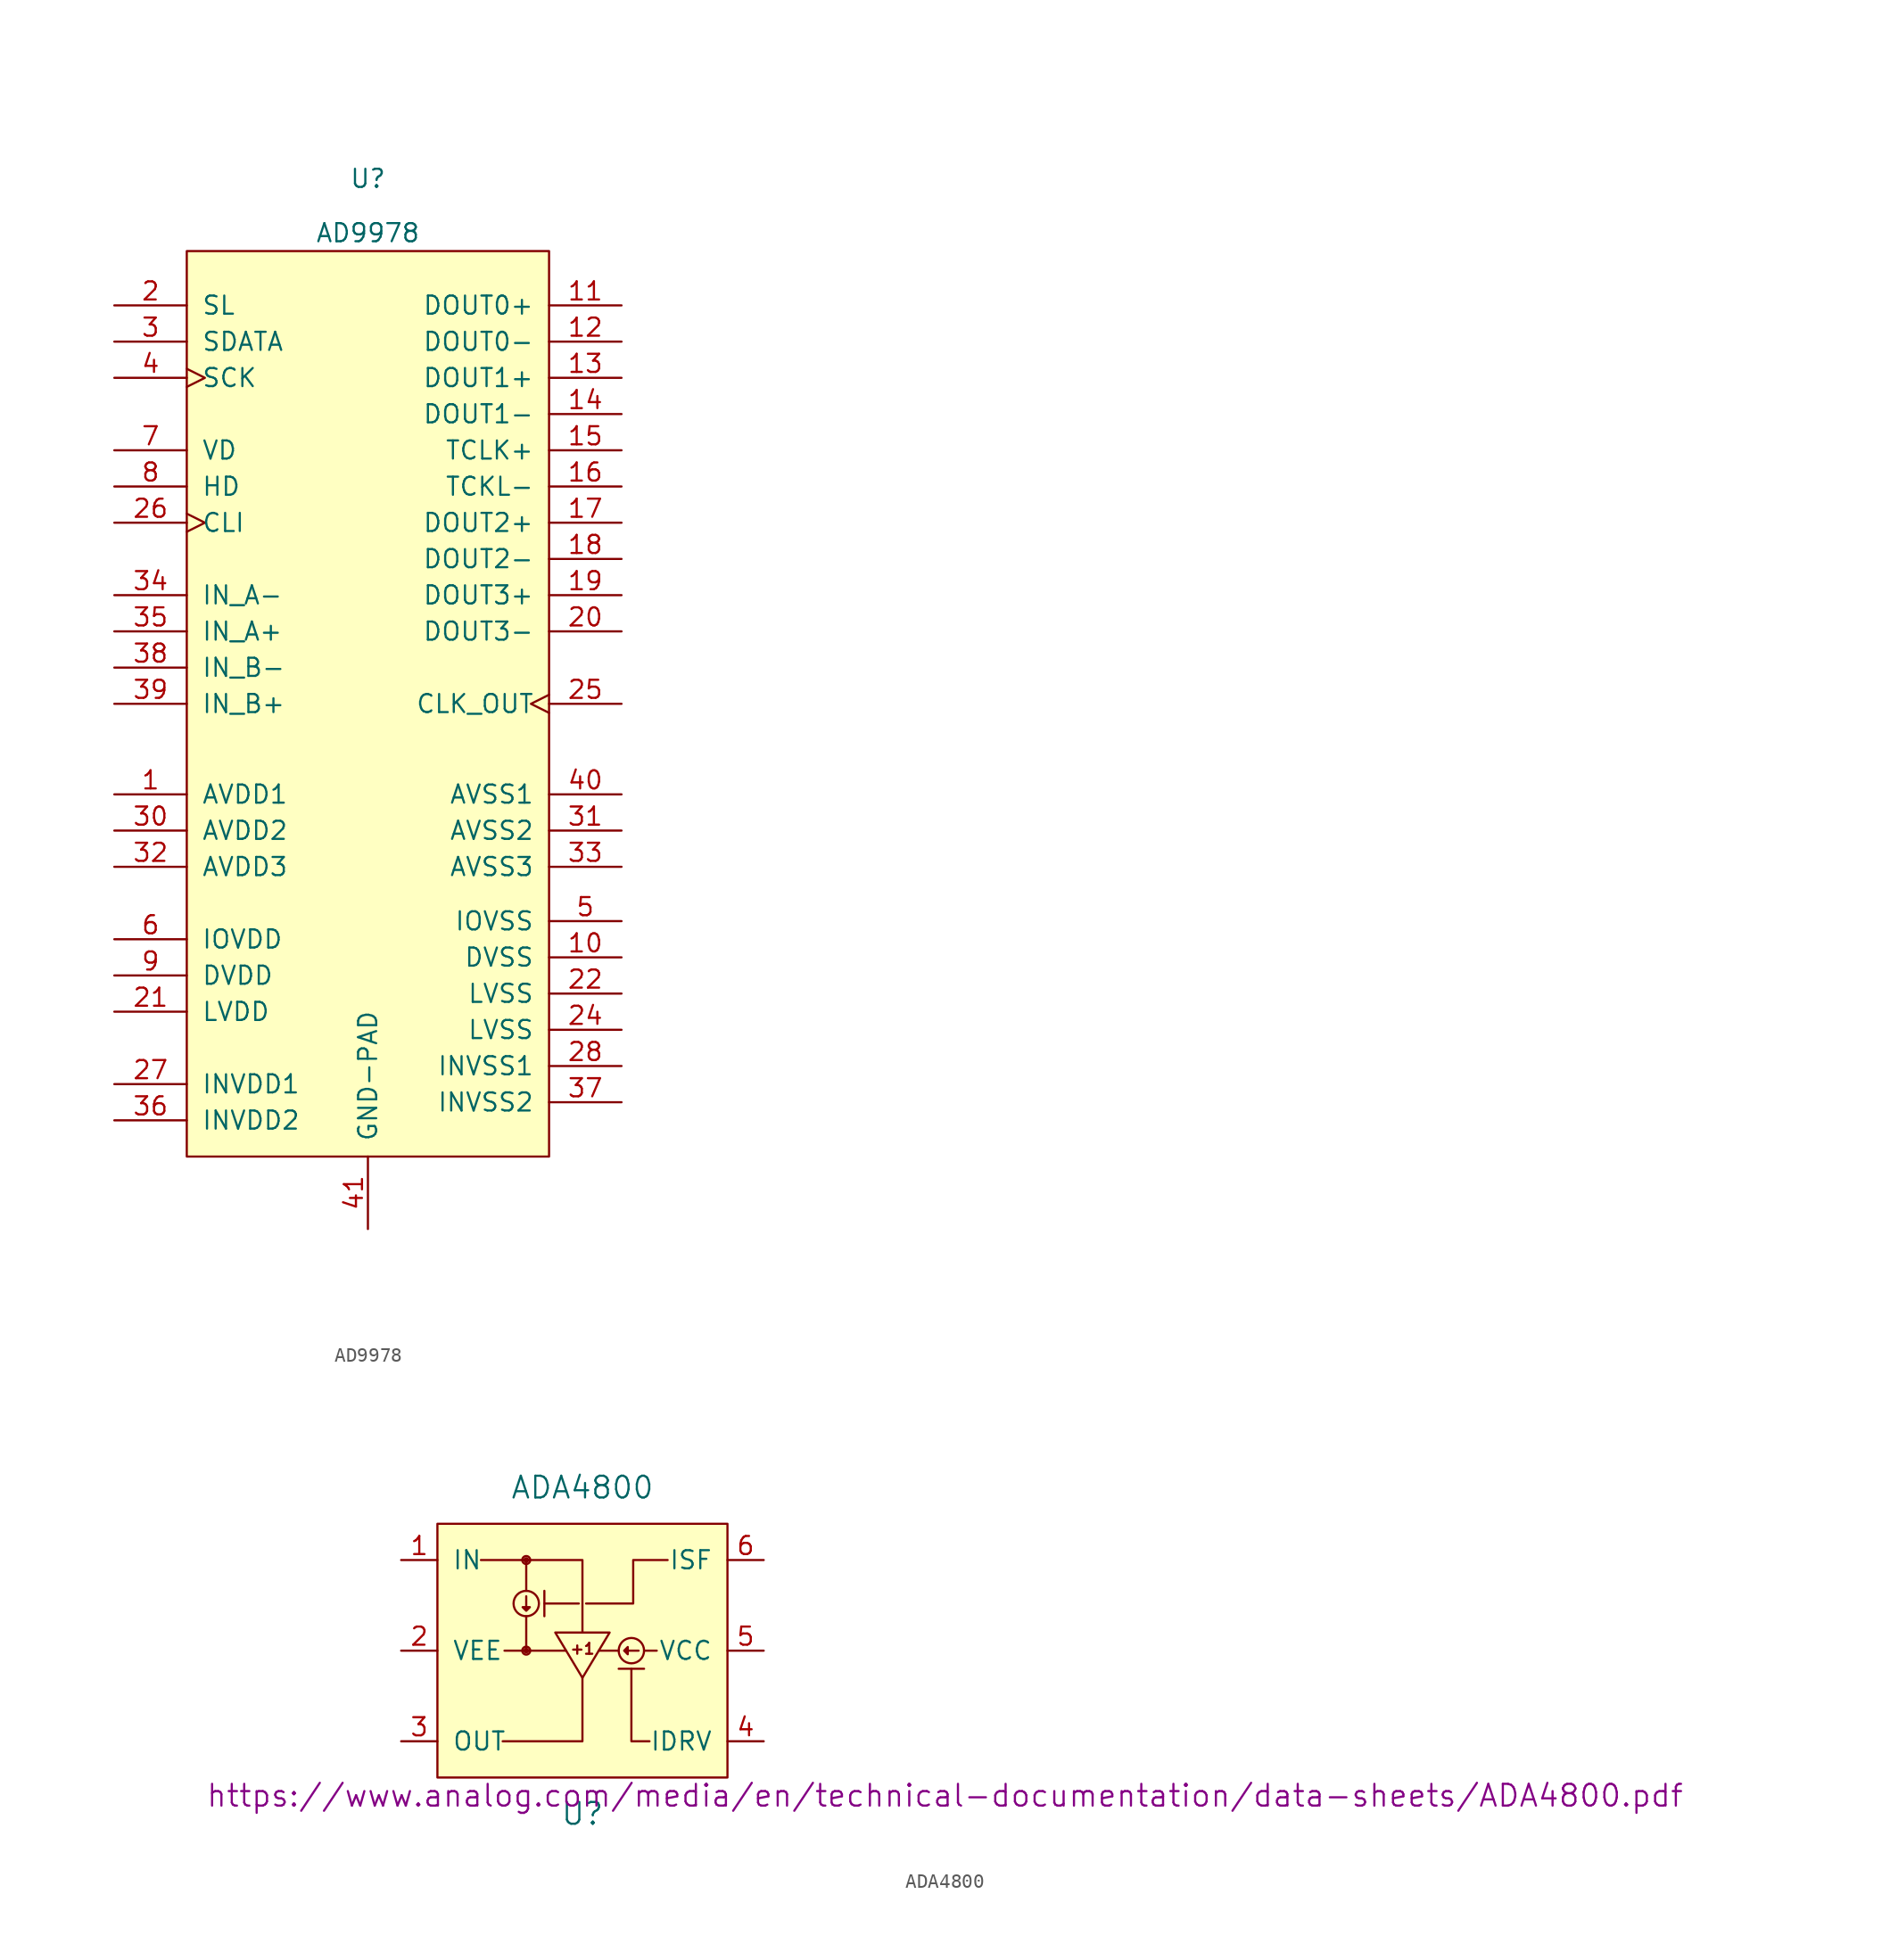
<source format=kicad_sym>
(kicad_symbol_lib
  (version 20231120)
  (generator "kicad_symbol_editor")
  (generator_version "8.0")
  (symbol "AD9978"
    (pin_names
      (offset 1.016))
    (property "Reference" "U"
      (at 0 36.83 0)
      (effects (font (size 1.27 1.27))))
    (property "Value" "AD9978"
      (at 0 33.02 0)
      (effects (font (size 1.27 1.27))))
    (property "Footprint" ""
      (at -2.54 -1.27 0)
      (effects (font (size 1.27 1.27))))
    (property "Datasheet" ""
      (at -2.54 -1.27 0)
      (effects (font (size 1.27 1.27))))
    (symbol "AD9978_0_1"
      (rectangle (start -12.7 31.75) (end 12.7 -31.75) (stroke (width 0) (type default)) (fill (type background))))
    (symbol "AD9978_1_1"
      (pin power_in line (at -17.78 -6.35 0) (length 5.08) (name "AVDD1" (effects (font (size 1.27 1.27)))) (number "1" (effects (font (size 1.27 1.27)))))
      (pin power_in line (at 17.78 -17.78 180) (length 5.08) (name "DVSS" (effects (font (size 1.27 1.27)))) (number "10" (effects (font (size 1.27 1.27)))))
      (pin output line (at 17.78 27.94 180) (length 5.08) (name "DOUT0+" (effects (font (size 1.27 1.27)))) (number "11" (effects (font (size 1.27 1.27)))))
      (pin output line (at 17.78 25.4 180) (length 5.08) (name "DOUT0-" (effects (font (size 1.27 1.27)))) (number "12" (effects (font (size 1.27 1.27)))))
      (pin output line (at 17.78 22.86 180) (length 5.08) (name "DOUT1+" (effects (font (size 1.27 1.27)))) (number "13" (effects (font (size 1.27 1.27)))))
      (pin output line (at 17.78 20.32 180) (length 5.08) (name "DOUT1-" (effects (font (size 1.27 1.27)))) (number "14" (effects (font (size 1.27 1.27)))))
      (pin output line (at 17.78 17.78 180) (length 5.08) (name "TCLK+" (effects (font (size 1.27 1.27)))) (number "15" (effects (font (size 1.27 1.27)))))
      (pin output line (at 17.78 15.24 180) (length 5.08) (name "TCKL-" (effects (font (size 1.27 1.27)))) (number "16" (effects (font (size 1.27 1.27)))))
      (pin output line (at 17.78 12.7 180) (length 5.08) (name "DOUT2+" (effects (font (size 1.27 1.27)))) (number "17" (effects (font (size 1.27 1.27)))))
      (pin output line (at 17.78 10.16 180) (length 5.08) (name "DOUT2-" (effects (font (size 1.27 1.27)))) (number "18" (effects (font (size 1.27 1.27)))))
      (pin output line (at 17.78 7.62 180) (length 5.08) (name "DOUT3+" (effects (font (size 1.27 1.27)))) (number "19" (effects (font (size 1.27 1.27)))))
      (pin input line (at -17.78 27.94 0) (length 5.08) (name "SL" (effects (font (size 1.27 1.27)))) (number "2" (effects (font (size 1.27 1.27)))))
      (pin output line (at 17.78 5.08 180) (length 5.08) (name "DOUT3-" (effects (font (size 1.27 1.27)))) (number "20" (effects (font (size 1.27 1.27)))))
      (pin power_in line (at -17.78 -21.59 0) (length 5.08) (name "LVDD" (effects (font (size 1.27 1.27)))) (number "21" (effects (font (size 1.27 1.27)))))
      (pin power_in line (at 17.78 -20.32 180) (length 5.08) (name "LVSS" (effects (font (size 1.27 1.27)))) (number "22" (effects (font (size 1.27 1.27)))))
      (pin no_connect line (at -2.54 -36.83 90) (length 5.08) hide (name "NC1" (effects (font (size 1.27 1.27)))) (number "23" (effects (font (size 1.27 1.27)))))
      (pin power_in line (at 17.78 -22.86 180) (length 5.08) (name "LVSS" (effects (font (size 1.27 1.27)))) (number "24" (effects (font (size 1.27 1.27)))))
      (pin output clock (at 17.78 0 180) (length 5.08) (name "CLK_OUT" (effects (font (size 1.27 1.27)))) (number "25" (effects (font (size 1.27 1.27)))))
      (pin input clock (at -17.78 12.7 0) (length 5.08) (name "CLI" (effects (font (size 1.27 1.27)))) (number "26" (effects (font (size 1.27 1.27)))))
      (pin power_in line (at -17.78 -26.67 0) (length 5.08) (name "INVDD1" (effects (font (size 1.27 1.27)))) (number "27" (effects (font (size 1.27 1.27)))))
      (pin power_in line (at 17.78 -25.4 180) (length 5.08) (name "INVSS1" (effects (font (size 1.27 1.27)))) (number "28" (effects (font (size 1.27 1.27)))))
      (pin no_connect line (at 2.54 -36.83 90) (length 5.08) hide (name "NC2" (effects (font (size 1.27 1.27)))) (number "29" (effects (font (size 1.27 1.27)))))
      (pin input line (at -17.78 25.4 0) (length 5.08) (name "SDATA" (effects (font (size 1.27 1.27)))) (number "3" (effects (font (size 1.27 1.27)))))
      (pin power_in line (at -17.78 -8.89 0) (length 5.08) (name "AVDD2" (effects (font (size 1.27 1.27)))) (number "30" (effects (font (size 1.27 1.27)))))
      (pin power_in line (at 17.78 -8.89 180) (length 5.08) (name "AVSS2" (effects (font (size 1.27 1.27)))) (number "31" (effects (font (size 1.27 1.27)))))
      (pin power_in line (at -17.78 -11.43 0) (length 5.08) (name "AVDD3" (effects (font (size 1.27 1.27)))) (number "32" (effects (font (size 1.27 1.27)))))
      (pin power_in line (at 17.78 -11.43 180) (length 5.08) (name "AVSS3" (effects (font (size 1.27 1.27)))) (number "33" (effects (font (size 1.27 1.27)))))
      (pin input line (at -17.78 7.62 0) (length 5.08) (name "IN_A-" (effects (font (size 1.27 1.27)))) (number "34" (effects (font (size 1.27 1.27)))))
      (pin input line (at -17.78 5.08 0) (length 5.08) (name "IN_A+" (effects (font (size 1.27 1.27)))) (number "35" (effects (font (size 1.27 1.27)))))
      (pin power_in line (at -17.78 -29.21 0) (length 5.08) (name "INVDD2" (effects (font (size 1.27 1.27)))) (number "36" (effects (font (size 1.27 1.27)))))
      (pin power_in line (at 17.78 -27.94 180) (length 5.08) (name "INVSS2" (effects (font (size 1.27 1.27)))) (number "37" (effects (font (size 1.27 1.27)))))
      (pin input line (at -17.78 2.54 0) (length 5.08) (name "IN_B-" (effects (font (size 1.27 1.27)))) (number "38" (effects (font (size 1.27 1.27)))))
      (pin input line (at -17.78 0 0) (length 5.08) (name "IN_B+" (effects (font (size 1.27 1.27)))) (number "39" (effects (font (size 1.27 1.27)))))
      (pin input clock (at -17.78 22.86 0) (length 5.08) (name "SCK" (effects (font (size 1.27 1.27)))) (number "4" (effects (font (size 1.27 1.27)))))
      (pin power_in line (at 17.78 -6.35 180) (length 5.08) (name "AVSS1" (effects (font (size 1.27 1.27)))) (number "40" (effects (font (size 1.27 1.27)))))
      (pin power_in line (at 0 -36.83 90) (length 5.08) (name "GND-PAD" (effects (font (size 1.27 1.27)))) (number "41" (effects (font (size 1.27 1.27)))))
      (pin power_in line (at 17.78 -15.24 180) (length 5.08) (name "IOVSS" (effects (font (size 1.27 1.27)))) (number "5" (effects (font (size 1.27 1.27)))))
      (pin power_in line (at -17.78 -16.51 0) (length 5.08) (name "IOVDD" (effects (font (size 1.27 1.27)))) (number "6" (effects (font (size 1.27 1.27)))))
      (pin input line (at -17.78 17.78 0) (length 5.08) (name "VD" (effects (font (size 1.27 1.27)))) (number "7" (effects (font (size 1.27 1.27)))))
      (pin input line (at -17.78 15.24 0) (length 5.08) (name "HD" (effects (font (size 1.27 1.27)))) (number "8" (effects (font (size 1.27 1.27)))))
      (pin power_in line (at -17.78 -19.05 0) (length 5.08) (name "DVDD" (effects (font (size 1.27 1.27)))) (number "9" (effects (font (size 1.27 1.27)))))))
  (symbol "ADA4800"
    (pin_names
      (offset 1.016))
    (property "Reference" "U"
      (at 0 -11.43 0)
      (effects (font (size 1.524 1.524))))
    (property "Value" "ADA4800"
      (at 0 11.43 0)
      (effects (font (size 1.524 1.524))))
    (property "Datasheet" "https://www.analog.com/media/en/technical-documentation/data-sheets/ADA4800.pdf"
      (at 25.4 -10.16 0)
      (effects (font (size 1.524 1.524))))
    (symbol "ADA4800_0_0"
      (circle (center -3.937 0) (radius 0.127) (stroke (width 0) (type default)) (fill (type none)))
      (circle (center -3.937 0) (radius 0.279) (stroke (width 0) (type default)) (fill (type none)))
      (circle (center -3.937 6.35) (radius 0.127) (stroke (width 0) (type default)) (fill (type none)))
      (circle (center -3.937 6.35) (radius 0.279) (stroke (width 0) (type default)) (fill (type none)))
      (polyline (pts (xy -5.461 0) (xy -1.143 0)) (stroke (width 0) (type default)) (fill (type none)))
      (polyline (pts (xy -3.937 2.413) (xy -3.937 0)) (stroke (width 0) (type default)) (fill (type none)))
      (polyline (pts (xy -3.937 4.191) (xy -3.937 6.35)) (stroke (width 0) (type default)) (fill (type none)))
      (polyline (pts (xy -2.667 3.302) (xy -0.254 3.302)) (stroke (width 0) (type default)) (fill (type none)))
      (polyline (pts (xy -2.667 4.191) (xy -2.667 2.413)) (stroke (width 0) (type default)) (fill (type none)))
      (polyline (pts (xy 1.143 0) (xy 2.54 0)) (stroke (width 0) (type default)) (fill (type none)))
      (polyline (pts (xy 2.54 -1.27) (xy 4.318 -1.27)) (stroke (width 0) (type default)) (fill (type none)))
      (polyline (pts (xy 4.318 0) (xy 5.207 0)) (stroke (width 0) (type default)) (fill (type none)))
      (polyline (pts (xy 3.429 -1.27) (xy 3.429 -6.35) (xy 4.699 -6.35)) (stroke (width 0) (type default)) (fill (type none)))
      (polyline (pts (xy 0.254 3.302) (xy 3.556 3.302) (xy 3.556 6.35) (xy 5.969 6.35)) (stroke (width 0) (type default)) (fill (type none)))
      (polyline (pts (xy -3.937 3.81) (xy -3.937 2.794) (xy -4.191 3.048) (xy -3.683 3.048) (xy -3.937 2.794)) (stroke (width 0) (type default)) (fill (type none)))
      (polyline (pts (xy 3.937 0) (xy 2.921 0) (xy 3.175 0.254) (xy 3.175 -0.254) (xy 2.921 0)) (stroke (width 0) (type default)) (fill (type none)))
      (circle (center 3.429 0) (radius 0.889) (stroke (width 0) (type default)) (fill (type none)))
      (text "+1" (at 0 0.127 0) (effects (font (size 0.762 0.762)))))
    (symbol "ADA4800_0_1"
      (rectangle (start -10.16 8.89) (end 10.16 -8.89) (stroke (width 0) (type default)) (fill (type background)))
      (polyline (pts (xy -7.112 6.35) (xy 0 6.35) (xy 0 1.27)) (stroke (width 0) (type default)) (fill (type none)))
      (polyline (pts (xy 0 -1.905) (xy 0 -6.35) (xy -5.588 -6.35)) (stroke (width 0) (type default)) (fill (type none)))
      (polyline (pts (xy -1.905 1.27) (xy 1.905 1.27) (xy 0 -1.905) (xy -1.905 1.27)) (stroke (width 0) (type default)) (fill (type none))))
    (symbol "ADA4800_1_1"
      (circle (center -3.937 3.302) (radius 0.889) (stroke (width 0) (type default)) (fill (type none)))
      (pin input line (at -12.7 6.35 0) (length 2.54) (name "IN" (effects (font (size 1.27 1.27)))) (number "1" (effects (font (size 1.27 1.27)))))
      (pin power_in line (at -12.7 0 0) (length 2.54) (name "VEE" (effects (font (size 1.27 1.27)))) (number "2" (effects (font (size 1.27 1.27)))))
      (pin output line (at -12.7 -6.35 0) (length 2.54) (name "OUT" (effects (font (size 1.27 1.27)))) (number "3" (effects (font (size 1.27 1.27)))))
      (pin input line (at 12.7 -6.35 180) (length 2.54) (name "IDRV" (effects (font (size 1.27 1.27)))) (number "4" (effects (font (size 1.27 1.27)))))
      (pin power_in line (at 12.7 0 180) (length 2.54) (name "VCC" (effects (font (size 1.27 1.27)))) (number "5" (effects (font (size 1.27 1.27)))))
      (pin output line (at 12.7 6.35 180) (length 2.54) (name "ISF" (effects (font (size 1.27 1.27)))) (number "6" (effects (font (size 1.27 1.27))))))))
</source>
